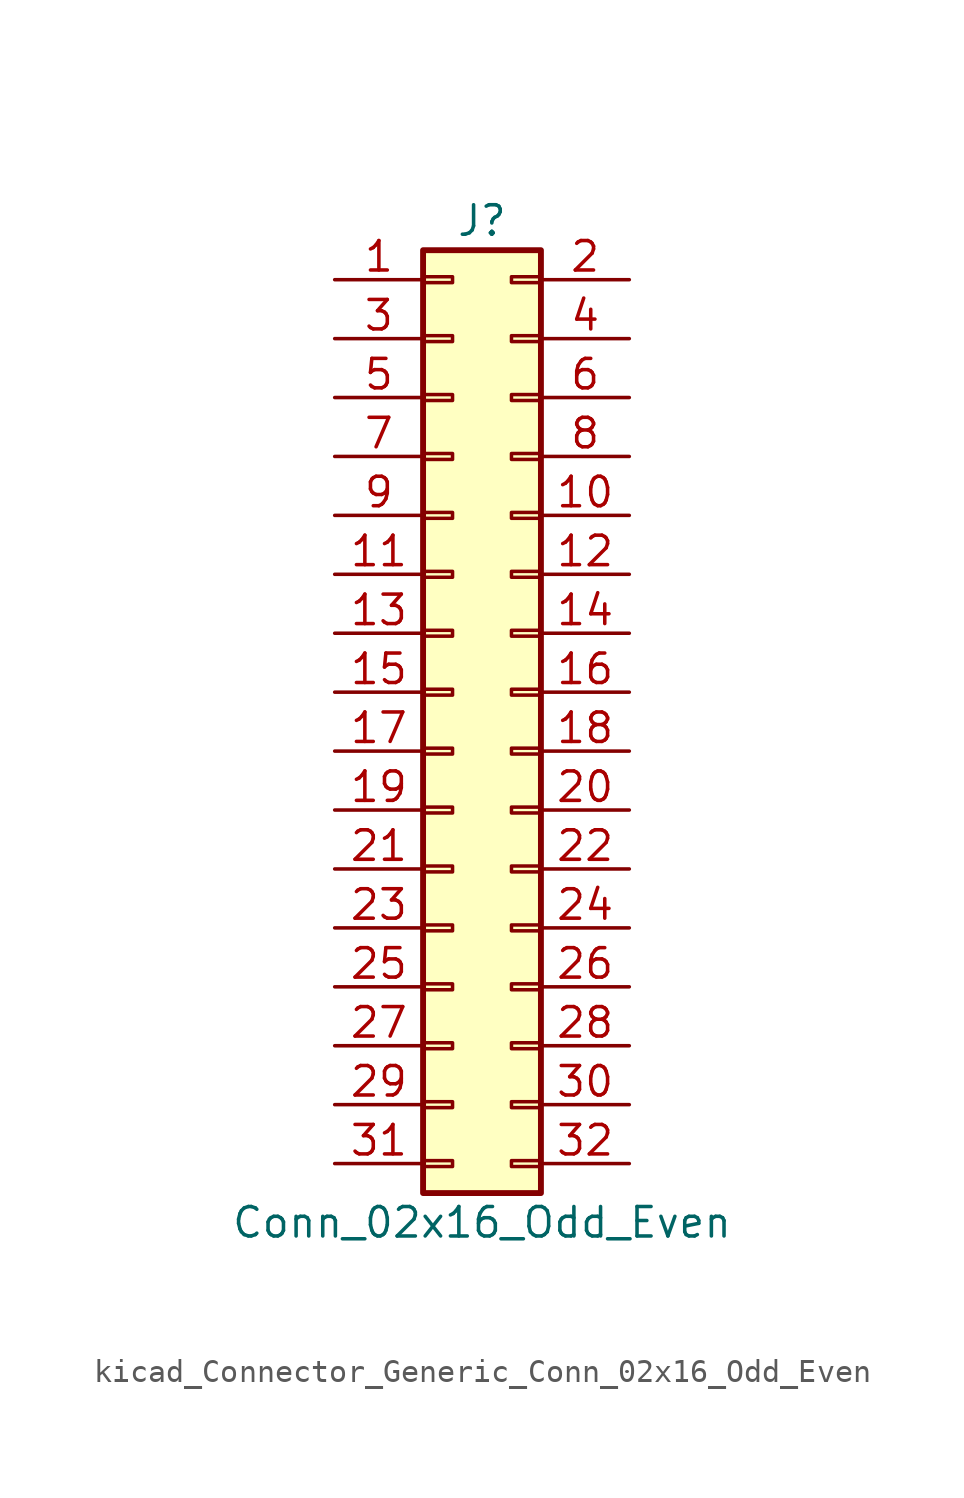
<source format=kicad_sym>
(kicad_symbol_lib
  (version 20220914)
  (generator kicad_symbol_editor)
  (symbol "kicad_Connector_Generic_Conn_02x16_Odd_Even"
    (pin_names
      (offset 1.016) hide)
    (property "Reference" "J"
      (at 1.27 20.32 0)
      (effects (font (size 1.27 1.27))))
    (property "Value" "Conn_02x16_Odd_Even"
      (at 1.27 -22.86 0)
      (effects (font (size 1.27 1.27))))
    (symbol "kicad_Connector_Generic_Conn_02x16_Odd_Even_1_1"
      (rectangle (start -1.27 -20.193) (end 0 -20.447) (stroke (width 0.152) (type default)) (fill (type none)))
      (rectangle (start -1.27 -17.653) (end 0 -17.907) (stroke (width 0.152) (type default)) (fill (type none)))
      (rectangle (start -1.27 -15.113) (end 0 -15.367) (stroke (width 0.152) (type default)) (fill (type none)))
      (rectangle (start -1.27 -12.573) (end 0 -12.827) (stroke (width 0.152) (type default)) (fill (type none)))
      (rectangle (start -1.27 -10.033) (end 0 -10.287) (stroke (width 0.152) (type default)) (fill (type none)))
      (rectangle (start -1.27 -7.493) (end 0 -7.747) (stroke (width 0.152) (type default)) (fill (type none)))
      (rectangle (start -1.27 -4.953) (end 0 -5.207) (stroke (width 0.152) (type default)) (fill (type none)))
      (rectangle (start -1.27 -2.413) (end 0 -2.667) (stroke (width 0.152) (type default)) (fill (type none)))
      (rectangle (start -1.27 0.127) (end 0 -0.127) (stroke (width 0.152) (type default)) (fill (type none)))
      (rectangle (start -1.27 2.667) (end 0 2.413) (stroke (width 0.152) (type default)) (fill (type none)))
      (rectangle (start -1.27 5.207) (end 0 4.953) (stroke (width 0.152) (type default)) (fill (type none)))
      (rectangle (start -1.27 7.747) (end 0 7.493) (stroke (width 0.152) (type default)) (fill (type none)))
      (rectangle (start -1.27 10.287) (end 0 10.033) (stroke (width 0.152) (type default)) (fill (type none)))
      (rectangle (start -1.27 12.827) (end 0 12.573) (stroke (width 0.152) (type default)) (fill (type none)))
      (rectangle (start -1.27 15.367) (end 0 15.113) (stroke (width 0.152) (type default)) (fill (type none)))
      (rectangle (start -1.27 17.907) (end 0 17.653) (stroke (width 0.152) (type default)) (fill (type none)))
      (rectangle (start -1.27 19.05) (end 3.81 -21.59) (stroke (width 0.254) (type default)) (fill (type background)))
      (rectangle (start 3.81 -20.193) (end 2.54 -20.447) (stroke (width 0.152) (type default)) (fill (type none)))
      (rectangle (start 3.81 -17.653) (end 2.54 -17.907) (stroke (width 0.152) (type default)) (fill (type none)))
      (rectangle (start 3.81 -15.113) (end 2.54 -15.367) (stroke (width 0.152) (type default)) (fill (type none)))
      (rectangle (start 3.81 -12.573) (end 2.54 -12.827) (stroke (width 0.152) (type default)) (fill (type none)))
      (rectangle (start 3.81 -10.033) (end 2.54 -10.287) (stroke (width 0.152) (type default)) (fill (type none)))
      (rectangle (start 3.81 -7.493) (end 2.54 -7.747) (stroke (width 0.152) (type default)) (fill (type none)))
      (rectangle (start 3.81 -4.953) (end 2.54 -5.207) (stroke (width 0.152) (type default)) (fill (type none)))
      (rectangle (start 3.81 -2.413) (end 2.54 -2.667) (stroke (width 0.152) (type default)) (fill (type none)))
      (rectangle (start 3.81 0.127) (end 2.54 -0.127) (stroke (width 0.152) (type default)) (fill (type none)))
      (rectangle (start 3.81 2.667) (end 2.54 2.413) (stroke (width 0.152) (type default)) (fill (type none)))
      (rectangle (start 3.81 5.207) (end 2.54 4.953) (stroke (width 0.152) (type default)) (fill (type none)))
      (rectangle (start 3.81 7.747) (end 2.54 7.493) (stroke (width 0.152) (type default)) (fill (type none)))
      (rectangle (start 3.81 10.287) (end 2.54 10.033) (stroke (width 0.152) (type default)) (fill (type none)))
      (rectangle (start 3.81 12.827) (end 2.54 12.573) (stroke (width 0.152) (type default)) (fill (type none)))
      (rectangle (start 3.81 15.367) (end 2.54 15.113) (stroke (width 0.152) (type default)) (fill (type none)))
      (rectangle (start 3.81 17.907) (end 2.54 17.653) (stroke (width 0.152) (type default)) (fill (type none)))
      (pin passive line (at -5.08 17.78 0) (length 3.81) (name "Pin_1" (effects (font (size 1.27 1.27)))) (number "1" (effects (font (size 1.27 1.27)))))
      (pin passive line (at 7.62 7.62 180) (length 3.81) (name "Pin_10" (effects (font (size 1.27 1.27)))) (number "10" (effects (font (size 1.27 1.27)))))
      (pin passive line (at -5.08 5.08 0) (length 3.81) (name "Pin_11" (effects (font (size 1.27 1.27)))) (number "11" (effects (font (size 1.27 1.27)))))
      (pin passive line (at 7.62 5.08 180) (length 3.81) (name "Pin_12" (effects (font (size 1.27 1.27)))) (number "12" (effects (font (size 1.27 1.27)))))
      (pin passive line (at -5.08 2.54 0) (length 3.81) (name "Pin_13" (effects (font (size 1.27 1.27)))) (number "13" (effects (font (size 1.27 1.27)))))
      (pin passive line (at 7.62 2.54 180) (length 3.81) (name "Pin_14" (effects (font (size 1.27 1.27)))) (number "14" (effects (font (size 1.27 1.27)))))
      (pin passive line (at -5.08 0 0) (length 3.81) (name "Pin_15" (effects (font (size 1.27 1.27)))) (number "15" (effects (font (size 1.27 1.27)))))
      (pin passive line (at 7.62 0 180) (length 3.81) (name "Pin_16" (effects (font (size 1.27 1.27)))) (number "16" (effects (font (size 1.27 1.27)))))
      (pin passive line (at -5.08 -2.54 0) (length 3.81) (name "Pin_17" (effects (font (size 1.27 1.27)))) (number "17" (effects (font (size 1.27 1.27)))))
      (pin passive line (at 7.62 -2.54 180) (length 3.81) (name "Pin_18" (effects (font (size 1.27 1.27)))) (number "18" (effects (font (size 1.27 1.27)))))
      (pin passive line (at -5.08 -5.08 0) (length 3.81) (name "Pin_19" (effects (font (size 1.27 1.27)))) (number "19" (effects (font (size 1.27 1.27)))))
      (pin passive line (at 7.62 17.78 180) (length 3.81) (name "Pin_2" (effects (font (size 1.27 1.27)))) (number "2" (effects (font (size 1.27 1.27)))))
      (pin passive line (at 7.62 -5.08 180) (length 3.81) (name "Pin_20" (effects (font (size 1.27 1.27)))) (number "20" (effects (font (size 1.27 1.27)))))
      (pin passive line (at -5.08 -7.62 0) (length 3.81) (name "Pin_21" (effects (font (size 1.27 1.27)))) (number "21" (effects (font (size 1.27 1.27)))))
      (pin passive line (at 7.62 -7.62 180) (length 3.81) (name "Pin_22" (effects (font (size 1.27 1.27)))) (number "22" (effects (font (size 1.27 1.27)))))
      (pin passive line (at -5.08 -10.16 0) (length 3.81) (name "Pin_23" (effects (font (size 1.27 1.27)))) (number "23" (effects (font (size 1.27 1.27)))))
      (pin passive line (at 7.62 -10.16 180) (length 3.81) (name "Pin_24" (effects (font (size 1.27 1.27)))) (number "24" (effects (font (size 1.27 1.27)))))
      (pin passive line (at -5.08 -12.7 0) (length 3.81) (name "Pin_25" (effects (font (size 1.27 1.27)))) (number "25" (effects (font (size 1.27 1.27)))))
      (pin passive line (at 7.62 -12.7 180) (length 3.81) (name "Pin_26" (effects (font (size 1.27 1.27)))) (number "26" (effects (font (size 1.27 1.27)))))
      (pin passive line (at -5.08 -15.24 0) (length 3.81) (name "Pin_27" (effects (font (size 1.27 1.27)))) (number "27" (effects (font (size 1.27 1.27)))))
      (pin passive line (at 7.62 -15.24 180) (length 3.81) (name "Pin_28" (effects (font (size 1.27 1.27)))) (number "28" (effects (font (size 1.27 1.27)))))
      (pin passive line (at -5.08 -17.78 0) (length 3.81) (name "Pin_29" (effects (font (size 1.27 1.27)))) (number "29" (effects (font (size 1.27 1.27)))))
      (pin passive line (at -5.08 15.24 0) (length 3.81) (name "Pin_3" (effects (font (size 1.27 1.27)))) (number "3" (effects (font (size 1.27 1.27)))))
      (pin passive line (at 7.62 -17.78 180) (length 3.81) (name "Pin_30" (effects (font (size 1.27 1.27)))) (number "30" (effects (font (size 1.27 1.27)))))
      (pin passive line (at -5.08 -20.32 0) (length 3.81) (name "Pin_31" (effects (font (size 1.27 1.27)))) (number "31" (effects (font (size 1.27 1.27)))))
      (pin passive line (at 7.62 -20.32 180) (length 3.81) (name "Pin_32" (effects (font (size 1.27 1.27)))) (number "32" (effects (font (size 1.27 1.27)))))
      (pin passive line (at 7.62 15.24 180) (length 3.81) (name "Pin_4" (effects (font (size 1.27 1.27)))) (number "4" (effects (font (size 1.27 1.27)))))
      (pin passive line (at -5.08 12.7 0) (length 3.81) (name "Pin_5" (effects (font (size 1.27 1.27)))) (number "5" (effects (font (size 1.27 1.27)))))
      (pin passive line (at 7.62 12.7 180) (length 3.81) (name "Pin_6" (effects (font (size 1.27 1.27)))) (number "6" (effects (font (size 1.27 1.27)))))
      (pin passive line (at -5.08 10.16 0) (length 3.81) (name "Pin_7" (effects (font (size 1.27 1.27)))) (number "7" (effects (font (size 1.27 1.27)))))
      (pin passive line (at 7.62 10.16 180) (length 3.81) (name "Pin_8" (effects (font (size 1.27 1.27)))) (number "8" (effects (font (size 1.27 1.27)))))
      (pin passive line (at -5.08 7.62 0) (length 3.81) (name "Pin_9" (effects (font (size 1.27 1.27)))) (number "9" (effects (font (size 1.27 1.27))))))))
</source>
